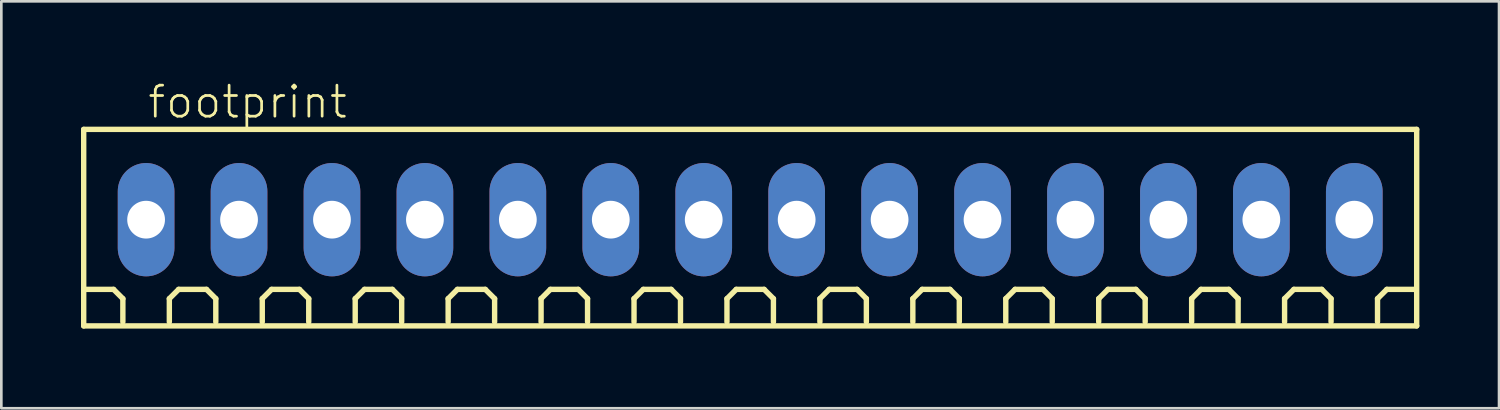
<source format=kicad_pcb>
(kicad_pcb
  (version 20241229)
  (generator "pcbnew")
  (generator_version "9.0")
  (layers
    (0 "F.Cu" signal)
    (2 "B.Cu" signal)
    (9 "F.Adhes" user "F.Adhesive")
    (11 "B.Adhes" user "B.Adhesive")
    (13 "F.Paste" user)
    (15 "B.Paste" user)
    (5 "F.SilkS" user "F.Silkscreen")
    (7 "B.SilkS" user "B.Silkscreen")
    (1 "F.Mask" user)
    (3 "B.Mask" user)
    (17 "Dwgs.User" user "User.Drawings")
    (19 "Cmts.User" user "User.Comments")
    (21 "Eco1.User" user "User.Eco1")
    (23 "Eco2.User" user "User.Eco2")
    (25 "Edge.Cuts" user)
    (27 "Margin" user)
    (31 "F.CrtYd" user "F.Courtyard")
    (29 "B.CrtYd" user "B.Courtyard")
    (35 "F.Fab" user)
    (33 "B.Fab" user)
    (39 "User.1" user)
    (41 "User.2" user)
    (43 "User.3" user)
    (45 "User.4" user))
  (footprint "footprint"
    (layer "F.Cu")
    (at 25.202 5.223)
    (property "Reference" "footprint" (at -22.75 -3.75 0) (layer "F.SilkS") (effects (font (size 1.168 1.168) (thickness 0.102)) (justify left bottom)))
    (fp_line (start -25.1 -3.4) (end 25.1 -3.4) (stroke (width 0.203) (type solid)) (layer "F.SilkS"))
    (fp_line (start -25.1 4) (end -25.1 -3.4) (stroke (width 0.203) (type solid)) (layer "F.SilkS"))
    (fp_line (start -23.975 2.625) (end -25.025 2.625) (stroke (width 0.203) (type solid)) (layer "F.SilkS"))
    (fp_line (start -23.625 2.975) (end -23.975 2.625) (stroke (width 0.203) (type solid)) (layer "F.SilkS"))
    (fp_line (start -23.625 3.85) (end -23.625 2.975) (stroke (width 0.203) (type solid)) (layer "F.SilkS"))
    (fp_line (start -21.875 2.975) (end -21.525 2.625) (stroke (width 0.203) (type solid)) (layer "F.SilkS"))
    (fp_line (start -21.875 3.85) (end -21.875 2.975) (stroke (width 0.203) (type solid)) (layer "F.SilkS"))
    (fp_line (start -21.525 2.625) (end -20.475 2.625) (stroke (width 0.203) (type solid)) (layer "F.SilkS"))
    (fp_line (start -20.475 2.625) (end -20.125 2.975) (stroke (width 0.203) (type solid)) (layer "F.SilkS"))
    (fp_line (start -20.125 2.975) (end -20.125 3.85) (stroke (width 0.203) (type solid)) (layer "F.SilkS"))
    (fp_line (start -18.375 2.975) (end -18.025 2.625) (stroke (width 0.203) (type solid)) (layer "F.SilkS"))
    (fp_line (start -18.375 3.85) (end -18.375 2.975) (stroke (width 0.203) (type solid)) (layer "F.SilkS"))
    (fp_line (start -18.025 2.625) (end -16.975 2.625) (stroke (width 0.203) (type solid)) (layer "F.SilkS"))
    (fp_line (start -16.975 2.625) (end -16.625 2.975) (stroke (width 0.203) (type solid)) (layer "F.SilkS"))
    (fp_line (start -16.625 2.975) (end -16.625 3.85) (stroke (width 0.203) (type solid)) (layer "F.SilkS"))
    (fp_line (start -14.875 2.975) (end -14.525 2.625) (stroke (width 0.203) (type solid)) (layer "F.SilkS"))
    (fp_line (start -14.875 3.85) (end -14.875 2.975) (stroke (width 0.203) (type solid)) (layer "F.SilkS"))
    (fp_line (start -14.525 2.625) (end -13.475 2.625) (stroke (width 0.203) (type solid)) (layer "F.SilkS"))
    (fp_line (start -13.475 2.625) (end -13.125 2.975) (stroke (width 0.203) (type solid)) (layer "F.SilkS"))
    (fp_line (start -13.125 2.975) (end -13.125 3.85) (stroke (width 0.203) (type solid)) (layer "F.SilkS"))
    (fp_line (start -11.375 2.975) (end -11.025 2.625) (stroke (width 0.203) (type solid)) (layer "F.SilkS"))
    (fp_line (start -11.375 3.85) (end -11.375 2.975) (stroke (width 0.203) (type solid)) (layer "F.SilkS"))
    (fp_line (start -11.025 2.625) (end -9.975 2.625) (stroke (width 0.203) (type solid)) (layer "F.SilkS"))
    (fp_line (start -9.975 2.625) (end -9.625 2.975) (stroke (width 0.203) (type solid)) (layer "F.SilkS"))
    (fp_line (start -9.625 2.975) (end -9.625 3.85) (stroke (width 0.203) (type solid)) (layer "F.SilkS"))
    (fp_line (start -7.875 2.975) (end -7.525 2.625) (stroke (width 0.203) (type solid)) (layer "F.SilkS"))
    (fp_line (start -7.875 3.85) (end -7.875 2.975) (stroke (width 0.203) (type solid)) (layer "F.SilkS"))
    (fp_line (start -7.525 2.625) (end -6.475 2.625) (stroke (width 0.203) (type solid)) (layer "F.SilkS"))
    (fp_line (start -6.475 2.625) (end -6.125 2.975) (stroke (width 0.203) (type solid)) (layer "F.SilkS"))
    (fp_line (start -6.125 2.975) (end -6.125 3.85) (stroke (width 0.203) (type solid)) (layer "F.SilkS"))
    (fp_line (start -4.375 2.975) (end -4.025 2.625) (stroke (width 0.203) (type solid)) (layer "F.SilkS"))
    (fp_line (start -4.375 3.85) (end -4.375 2.975) (stroke (width 0.203) (type solid)) (layer "F.SilkS"))
    (fp_line (start -4.025 2.625) (end -2.975 2.625) (stroke (width 0.203) (type solid)) (layer "F.SilkS"))
    (fp_line (start -2.975 2.625) (end -2.625 2.975) (stroke (width 0.203) (type solid)) (layer "F.SilkS"))
    (fp_line (start -2.625 2.975) (end -2.625 3.85) (stroke (width 0.203) (type solid)) (layer "F.SilkS"))
    (fp_line (start -0.875 2.975) (end -0.525 2.625) (stroke (width 0.203) (type solid)) (layer "F.SilkS"))
    (fp_line (start -0.875 3.85) (end -0.875 2.975) (stroke (width 0.203) (type solid)) (layer "F.SilkS"))
    (fp_line (start -0.525 2.625) (end 0.525 2.625) (stroke (width 0.203) (type solid)) (layer "F.SilkS"))
    (fp_line (start 0.525 2.625) (end 0.875 2.975) (stroke (width 0.203) (type solid)) (layer "F.SilkS"))
    (fp_line (start 0.875 2.975) (end 0.875 3.85) (stroke (width 0.203) (type solid)) (layer "F.SilkS"))
    (fp_line (start 2.625 2.975) (end 2.975 2.625) (stroke (width 0.203) (type solid)) (layer "F.SilkS"))
    (fp_line (start 2.625 3.85) (end 2.625 2.975) (stroke (width 0.203) (type solid)) (layer "F.SilkS"))
    (fp_line (start 2.975 2.625) (end 4.025 2.625) (stroke (width 0.203) (type solid)) (layer "F.SilkS"))
    (fp_line (start 4.025 2.625) (end 4.375 2.975) (stroke (width 0.203) (type solid)) (layer "F.SilkS"))
    (fp_line (start 4.375 2.975) (end 4.375 3.85) (stroke (width 0.203) (type solid)) (layer "F.SilkS"))
    (fp_line (start 6.125 2.975) (end 6.475 2.625) (stroke (width 0.203) (type solid)) (layer "F.SilkS"))
    (fp_line (start 6.125 3.85) (end 6.125 2.975) (stroke (width 0.203) (type solid)) (layer "F.SilkS"))
    (fp_line (start 6.475 2.625) (end 7.525 2.625) (stroke (width 0.203) (type solid)) (layer "F.SilkS"))
    (fp_line (start 7.525 2.625) (end 7.875 2.975) (stroke (width 0.203) (type solid)) (layer "F.SilkS"))
    (fp_line (start 7.875 2.975) (end 7.875 3.85) (stroke (width 0.203) (type solid)) (layer "F.SilkS"))
    (fp_line (start 9.625 2.975) (end 9.975 2.625) (stroke (width 0.203) (type solid)) (layer "F.SilkS"))
    (fp_line (start 9.625 3.85) (end 9.625 2.975) (stroke (width 0.203) (type solid)) (layer "F.SilkS"))
    (fp_line (start 9.975 2.625) (end 11.025 2.625) (stroke (width 0.203) (type solid)) (layer "F.SilkS"))
    (fp_line (start 11.025 2.625) (end 11.375 2.975) (stroke (width 0.203) (type solid)) (layer "F.SilkS"))
    (fp_line (start 11.375 2.975) (end 11.375 3.85) (stroke (width 0.203) (type solid)) (layer "F.SilkS"))
    (fp_line (start 13.125 2.975) (end 13.475 2.625) (stroke (width 0.203) (type solid)) (layer "F.SilkS"))
    (fp_line (start 13.125 3.85) (end 13.125 2.975) (stroke (width 0.203) (type solid)) (layer "F.SilkS"))
    (fp_line (start 13.475 2.625) (end 14.525 2.625) (stroke (width 0.203) (type solid)) (layer "F.SilkS"))
    (fp_line (start 14.525 2.625) (end 14.875 2.975) (stroke (width 0.203) (type solid)) (layer "F.SilkS"))
    (fp_line (start 14.875 2.975) (end 14.875 3.85) (stroke (width 0.203) (type solid)) (layer "F.SilkS"))
    (fp_line (start 16.625 2.975) (end 16.975 2.625) (stroke (width 0.203) (type solid)) (layer "F.SilkS"))
    (fp_line (start 16.625 3.85) (end 16.625 2.975) (stroke (width 0.203) (type solid)) (layer "F.SilkS"))
    (fp_line (start 16.975 2.625) (end 18.025 2.625) (stroke (width 0.203) (type solid)) (layer "F.SilkS"))
    (fp_line (start 18.025 2.625) (end 18.375 2.975) (stroke (width 0.203) (type solid)) (layer "F.SilkS"))
    (fp_line (start 18.375 2.975) (end 18.375 3.85) (stroke (width 0.203) (type solid)) (layer "F.SilkS"))
    (fp_line (start 20.125 2.975) (end 20.475 2.625) (stroke (width 0.203) (type solid)) (layer "F.SilkS"))
    (fp_line (start 20.125 3.85) (end 20.125 2.975) (stroke (width 0.203) (type solid)) (layer "F.SilkS"))
    (fp_line (start 20.475 2.625) (end 21.525 2.625) (stroke (width 0.203) (type solid)) (layer "F.SilkS"))
    (fp_line (start 21.525 2.625) (end 21.875 2.975) (stroke (width 0.203) (type solid)) (layer "F.SilkS"))
    (fp_line (start 21.875 2.975) (end 21.875 3.85) (stroke (width 0.203) (type solid)) (layer "F.SilkS"))
    (fp_line (start 23.625 2.975) (end 23.975 2.625) (stroke (width 0.203) (type solid)) (layer "F.SilkS"))
    (fp_line (start 23.625 3.85) (end 23.625 2.975) (stroke (width 0.203) (type solid)) (layer "F.SilkS"))
    (fp_line (start 25.025 2.625) (end 23.975 2.625) (stroke (width 0.203) (type solid)) (layer "F.SilkS"))
    (fp_line (start 25.1 -3.4) (end 25.1 4) (stroke (width 0.203) (type solid)) (layer "F.SilkS"))
    (fp_line (start 25.1 4) (end -25.1 4) (stroke (width 0.203) (type solid)) (layer "F.SilkS"))
    (pad "1" thru_hole oval (at -22.75 0 90) (size 4.267 2.134) (drill 1.422) (layers "*.Cu" "*.Mask"))
    (pad "2" thru_hole oval (at -19.25 0 90) (size 4.267 2.134) (drill 1.422) (layers "*.Cu" "*.Mask"))
    (pad "3" thru_hole oval (at -15.75 0 90) (size 4.267 2.134) (drill 1.422) (layers "*.Cu" "*.Mask"))
    (pad "4" thru_hole oval (at -12.25 0 90) (size 4.267 2.134) (drill 1.422) (layers "*.Cu" "*.Mask"))
    (pad "5" thru_hole oval (at -8.75 0 90) (size 4.267 2.134) (drill 1.422) (layers "*.Cu" "*.Mask"))
    (pad "6" thru_hole oval (at -5.25 0 90) (size 4.267 2.134) (drill 1.422) (layers "*.Cu" "*.Mask"))
    (pad "7" thru_hole oval (at -1.75 0 90) (size 4.267 2.134) (drill 1.422) (layers "*.Cu" "*.Mask"))
    (pad "8" thru_hole oval (at 1.75 0 90) (size 4.267 2.134) (drill 1.422) (layers "*.Cu" "*.Mask"))
    (pad "9" thru_hole oval (at 5.25 0 90) (size 4.267 2.134) (drill 1.422) (layers "*.Cu" "*.Mask"))
    (pad "10" thru_hole oval (at 8.75 0 90) (size 4.267 2.134) (drill 1.422) (layers "*.Cu" "*.Mask"))
    (pad "11" thru_hole oval (at 12.25 0 90) (size 4.267 2.134) (drill 1.422) (layers "*.Cu" "*.Mask"))
    (pad "12" thru_hole oval (at 15.75 0 90) (size 4.267 2.134) (drill 1.422) (layers "*.Cu" "*.Mask"))
    (pad "13" thru_hole oval (at 19.25 0 90) (size 4.267 2.134) (drill 1.422) (layers "*.Cu" "*.Mask"))
    (pad "14" thru_hole oval (at 22.75 0 90) (size 4.267 2.134) (drill 1.422) (layers "*.Cu" "*.Mask")))
  (gr_rect
    (start -3 -3)
    (end 53.403 12.325)
    (stroke (width 0.1) (type default))
    (fill no)
    (layer "Edge.Cuts")))
</source>
